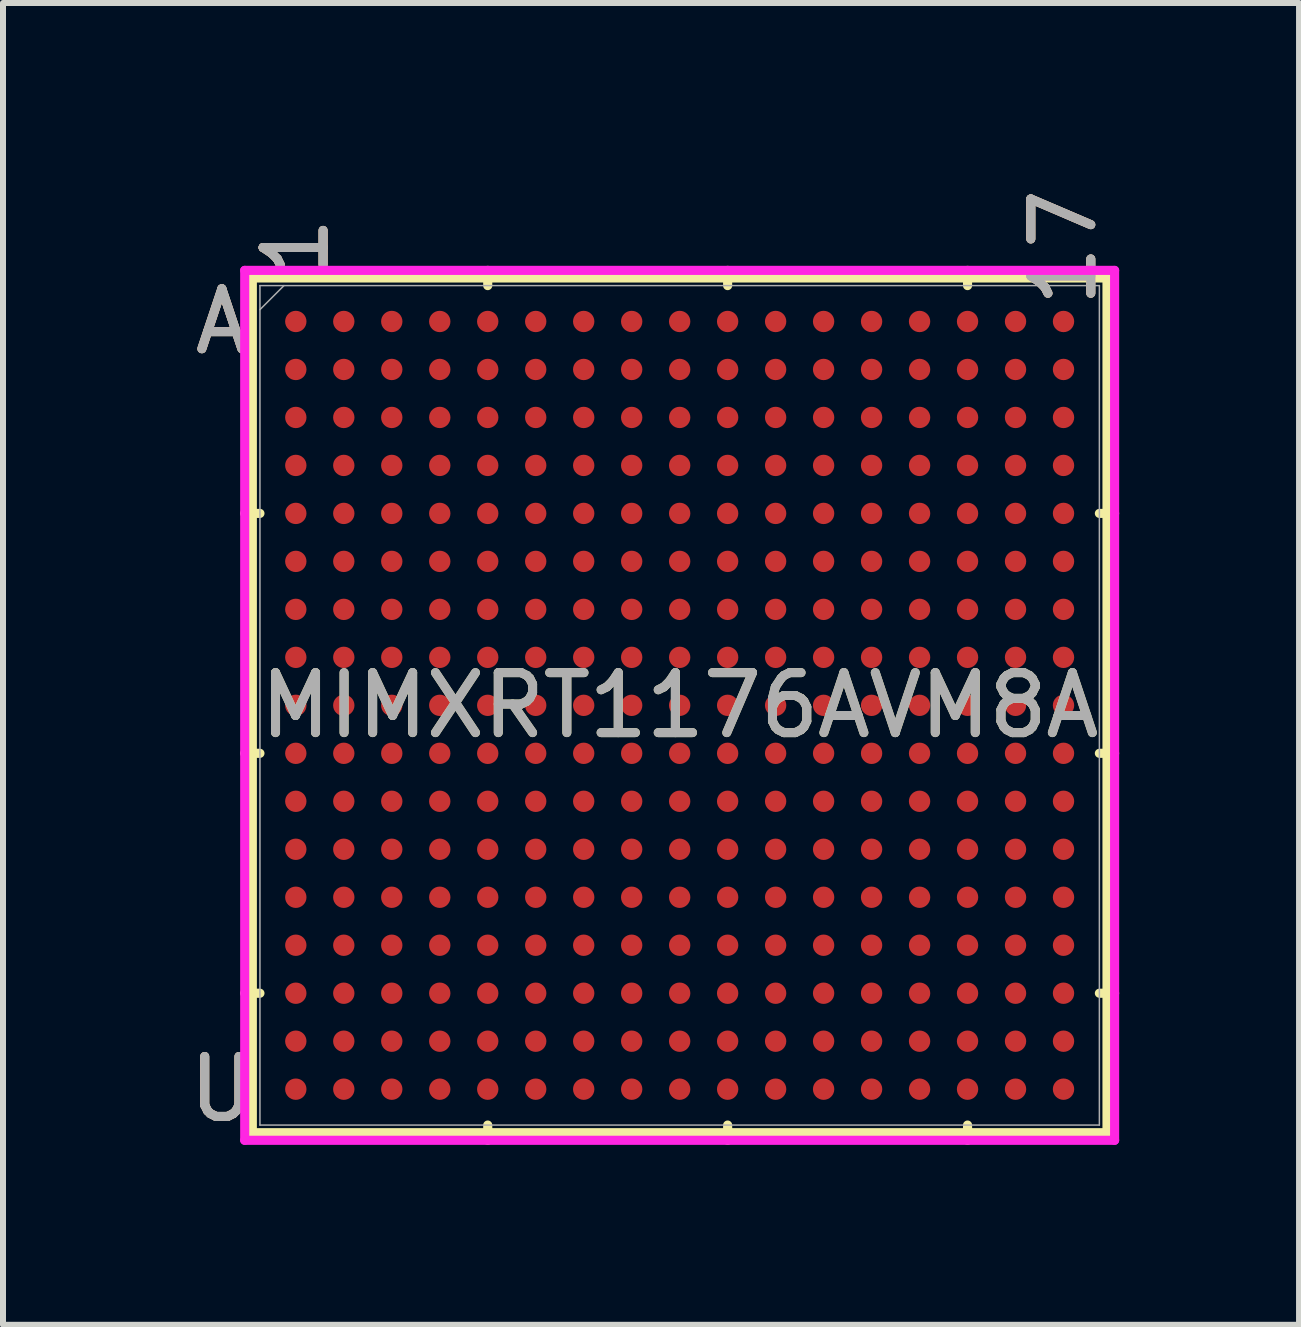
<source format=kicad_pcb>
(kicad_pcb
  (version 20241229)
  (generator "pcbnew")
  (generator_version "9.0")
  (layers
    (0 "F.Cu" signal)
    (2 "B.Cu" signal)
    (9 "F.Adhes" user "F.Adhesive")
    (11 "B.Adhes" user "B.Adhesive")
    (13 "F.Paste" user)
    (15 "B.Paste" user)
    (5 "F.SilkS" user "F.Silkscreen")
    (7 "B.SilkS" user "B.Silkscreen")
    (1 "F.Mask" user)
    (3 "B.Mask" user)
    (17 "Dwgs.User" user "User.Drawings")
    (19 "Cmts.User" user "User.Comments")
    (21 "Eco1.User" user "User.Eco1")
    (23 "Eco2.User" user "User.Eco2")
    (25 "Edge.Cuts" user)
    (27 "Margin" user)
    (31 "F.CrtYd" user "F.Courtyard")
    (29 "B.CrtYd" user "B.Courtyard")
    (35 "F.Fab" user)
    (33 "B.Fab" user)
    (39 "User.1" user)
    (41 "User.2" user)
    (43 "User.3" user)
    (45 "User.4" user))
  (footprint "MIMXRT1176AVM8A"
    (layer "F.Cu")
    (at 8.282 8.71)
    (property "Reference" "MIMXRT1176AVM8A" (at 0 0 0) (unlocked yes) (layer "F.SilkS") (effects (font (size 1 1) (thickness 0.15))))
    (attr smd)
    (fp_line (start -7.125 -7.125) (end -7.125 7.125) (stroke (width 0.152) (type solid)) (layer "F.SilkS"))
    (fp_line (start -7.125 7.125) (end 7.125 7.125) (stroke (width 0.152) (type solid)) (layer "F.SilkS"))
    (fp_line (start -6.998 -3.2) (end -7.252 -3.2) (stroke (width 0.152) (type solid)) (layer "F.SilkS"))
    (fp_line (start -6.998 0.8) (end -7.252 0.8) (stroke (width 0.152) (type solid)) (layer "F.SilkS"))
    (fp_line (start -6.998 4.8) (end -7.252 4.8) (stroke (width 0.152) (type solid)) (layer "F.SilkS"))
    (fp_line (start -3.2 -6.998) (end -3.2 -7.252) (stroke (width 0.152) (type solid)) (layer "F.SilkS"))
    (fp_line (start -3.2 6.998) (end -3.2 7.252) (stroke (width 0.152) (type solid)) (layer "F.SilkS"))
    (fp_line (start 0.8 -6.998) (end 0.8 -7.252) (stroke (width 0.152) (type solid)) (layer "F.SilkS"))
    (fp_line (start 0.8 6.998) (end 0.8 7.252) (stroke (width 0.152) (type solid)) (layer "F.SilkS"))
    (fp_line (start 4.8 -6.998) (end 4.8 -7.252) (stroke (width 0.152) (type solid)) (layer "F.SilkS"))
    (fp_line (start 4.8 6.998) (end 4.8 7.252) (stroke (width 0.152) (type solid)) (layer "F.SilkS"))
    (fp_line (start 6.998 -3.2) (end 7.252 -3.2) (stroke (width 0.152) (type solid)) (layer "F.SilkS"))
    (fp_line (start 6.998 0.8) (end 7.252 0.8) (stroke (width 0.152) (type solid)) (layer "F.SilkS"))
    (fp_line (start 6.998 4.8) (end 7.252 4.8) (stroke (width 0.152) (type solid)) (layer "F.SilkS"))
    (fp_line (start 7.125 -7.125) (end -7.125 -7.125) (stroke (width 0.152) (type solid)) (layer "F.SilkS"))
    (fp_line (start 7.125 7.125) (end 7.125 -7.125) (stroke (width 0.152) (type solid)) (layer "F.SilkS"))
    (fp_poly (pts (xy -7.245 -7.245) (xy 7.245 -7.245) (xy 7.245 7.245) (xy -7.245 7.245)) (stroke (width 0.1) (type solid)) (fill no) (layer "Eco2.User"))
    (fp_line (start -7.252 -7.252) (end 7.252 -7.252) (stroke (width 0.152) (type solid)) (layer "F.CrtYd"))
    (fp_line (start -7.252 7.252) (end -7.252 -7.252) (stroke (width 0.152) (type solid)) (layer "F.CrtYd"))
    (fp_line (start 7.252 -7.252) (end 7.252 7.252) (stroke (width 0.152) (type solid)) (layer "F.CrtYd"))
    (fp_line (start 7.252 7.252) (end -7.252 7.252) (stroke (width 0.152) (type solid)) (layer "F.CrtYd"))
    (fp_line (start -6.998 -6.998) (end -6.998 6.998) (stroke (width 0.025) (type solid)) (layer "F.Fab"))
    (fp_line (start -6.998 6.998) (end 6.998 6.998) (stroke (width 0.025) (type solid)) (layer "F.Fab"))
    (fp_line (start -6.598 -6.998) (end -6.998 -6.598) (stroke (width 0.025) (type solid)) (layer "F.Fab"))
    (fp_line (start 6.998 -6.998) (end -6.998 -6.998) (stroke (width 0.025) (type solid)) (layer "F.Fab"))
    (fp_line (start 6.998 6.998) (end 6.998 -6.998) (stroke (width 0.025) (type solid)) (layer "F.Fab"))
    (fp_text user "U" (at -7.633 6.4 0) (unlocked yes) (layer "F.SilkS") (effects (font (size 1 1) (thickness 0.15))))
    (fp_text user "17" (at 6.4 -7.633 90) (unlocked yes) (layer "F.SilkS") (effects (font (size 1 1) (thickness 0.15))))
    (fp_text user "A" (at -7.633 -6.4 0) (unlocked yes) (layer "F.SilkS") (effects (font (size 1 1) (thickness 0.15))))
    (fp_text user "1" (at -6.4 -7.633 90) (unlocked yes) (layer "F.SilkS") (effects (font (size 1 1) (thickness 0.15))))
    (fp_text user "U" (at -7.633 6.4 0) (unlocked yes) (layer "B.SilkS") (effects (font (size 1 1) (thickness 0.15))))
    (fp_text user "17" (at 6.4 -7.633 90) (unlocked yes) (layer "B.SilkS") (effects (font (size 1 1) (thickness 0.15))))
    (fp_text user "1" (at -6.4 -7.633 90) (unlocked yes) (layer "B.SilkS") (effects (font (size 1 1) (thickness 0.15))))
    (fp_text user "A" (at -7.633 -6.4 0) (unlocked yes) (layer "B.SilkS") (effects (font (size 1 1) (thickness 0.15))))
    (fp_text user "17" (at 6.4 -7.633 90) (unlocked yes) (layer "F.Fab") (effects (font (size 1 1) (thickness 0.15))))
    (fp_text user "A" (at -7.633 -6.4 0) (unlocked yes) (layer "F.Fab") (effects (font (size 1 1) (thickness 0.15))))
    (fp_text user "U" (at -7.633 6.4 0) (unlocked yes) (layer "F.Fab") (effects (font (size 1 1) (thickness 0.15))))
    (fp_text user "1" (at -6.4 -7.633 90) (unlocked yes) (layer "F.Fab") (effects (font (size 1 1) (thickness 0.15))))
    (fp_text user "${REFERENCE}" (at 0 0 0) (unlocked yes) (layer "F.Fab") (effects (font (size 1 1) (thickness 0.15))))
    (pad "A1" smd circle (at -6.4 -6.4) (size 0.356 0.356) (layers "F.Cu" "F.Mask" "F.Paste"))
    (pad "A2" smd circle (at -5.6 -6.4) (size 0.356 0.356) (layers "F.Cu" "F.Mask" "F.Paste"))
    (pad "A3" smd circle (at -4.8 -6.4) (size 0.356 0.356) (layers "F.Cu" "F.Mask" "F.Paste"))
    (pad "A4" smd circle (at -4 -6.4) (size 0.356 0.356) (layers "F.Cu" "F.Mask" "F.Paste"))
    (pad "A5" smd circle (at -3.2 -6.4) (size 0.356 0.356) (layers "F.Cu" "F.Mask" "F.Paste"))
    (pad "A6" smd circle (at -2.4 -6.4) (size 0.356 0.356) (layers "F.Cu" "F.Mask" "F.Paste"))
    (pad "A7" smd circle (at -1.6 -6.4) (size 0.356 0.356) (layers "F.Cu" "F.Mask" "F.Paste"))
    (pad "A8" smd circle (at -0.8 -6.4) (size 0.356 0.356) (layers "F.Cu" "F.Mask" "F.Paste"))
    (pad "A9" smd circle (at 0 -6.4) (size 0.356 0.356) (layers "F.Cu" "F.Mask" "F.Paste"))
    (pad "A10" smd circle (at 0.8 -6.4) (size 0.356 0.356) (layers "F.Cu" "F.Mask" "F.Paste"))
    (pad "A11" smd circle (at 1.6 -6.4) (size 0.356 0.356) (layers "F.Cu" "F.Mask" "F.Paste"))
    (pad "A12" smd circle (at 2.4 -6.4) (size 0.356 0.356) (layers "F.Cu" "F.Mask" "F.Paste"))
    (pad "A13" smd circle (at 3.2 -6.4) (size 0.356 0.356) (layers "F.Cu" "F.Mask" "F.Paste"))
    (pad "A14" smd circle (at 4 -6.4) (size 0.356 0.356) (layers "F.Cu" "F.Mask" "F.Paste"))
    (pad "A15" smd circle (at 4.8 -6.4) (size 0.356 0.356) (layers "F.Cu" "F.Mask" "F.Paste"))
    (pad "A16" smd circle (at 5.6 -6.4) (size 0.356 0.356) (layers "F.Cu" "F.Mask" "F.Paste"))
    (pad "A17" smd circle (at 6.4 -6.4) (size 0.356 0.356) (layers "F.Cu" "F.Mask" "F.Paste"))
    (pad "B1" smd circle (at -6.4 -5.6) (size 0.356 0.356) (layers "F.Cu" "F.Mask" "F.Paste"))
    (pad "B2" smd circle (at -5.6 -5.6) (size 0.356 0.356) (layers "F.Cu" "F.Mask" "F.Paste"))
    (pad "B3" smd circle (at -4.8 -5.6) (size 0.356 0.356) (layers "F.Cu" "F.Mask" "F.Paste"))
    (pad "B4" smd circle (at -4 -5.6) (size 0.356 0.356) (layers "F.Cu" "F.Mask" "F.Paste"))
    (pad "B5" smd circle (at -3.2 -5.6) (size 0.356 0.356) (layers "F.Cu" "F.Mask" "F.Paste"))
    (pad "B6" smd circle (at -2.4 -5.6) (size 0.356 0.356) (layers "F.Cu" "F.Mask" "F.Paste"))
    (pad "B7" smd circle (at -1.6 -5.6) (size 0.356 0.356) (layers "F.Cu" "F.Mask" "F.Paste"))
    (pad "B8" smd circle (at -0.8 -5.6) (size 0.356 0.356) (layers "F.Cu" "F.Mask" "F.Paste"))
    (pad "B9" smd circle (at 0 -5.6) (size 0.356 0.356) (layers "F.Cu" "F.Mask" "F.Paste"))
    (pad "B10" smd circle (at 0.8 -5.6) (size 0.356 0.356) (layers "F.Cu" "F.Mask" "F.Paste"))
    (pad "B11" smd circle (at 1.6 -5.6) (size 0.356 0.356) (layers "F.Cu" "F.Mask" "F.Paste"))
    (pad "B12" smd circle (at 2.4 -5.6) (size 0.356 0.356) (layers "F.Cu" "F.Mask" "F.Paste"))
    (pad "B13" smd circle (at 3.2 -5.6) (size 0.356 0.356) (layers "F.Cu" "F.Mask" "F.Paste"))
    (pad "B14" smd circle (at 4 -5.6) (size 0.356 0.356) (layers "F.Cu" "F.Mask" "F.Paste"))
    (pad "B15" smd circle (at 4.8 -5.6) (size 0.356 0.356) (layers "F.Cu" "F.Mask" "F.Paste"))
    (pad "B16" smd circle (at 5.6 -5.6) (size 0.356 0.356) (layers "F.Cu" "F.Mask" "F.Paste"))
    (pad "B17" smd circle (at 6.4 -5.6) (size 0.356 0.356) (layers "F.Cu" "F.Mask" "F.Paste"))
    (pad "C1" smd circle (at -6.4 -4.8) (size 0.356 0.356) (layers "F.Cu" "F.Mask" "F.Paste"))
    (pad "C2" smd circle (at -5.6 -4.8) (size 0.356 0.356) (layers "F.Cu" "F.Mask" "F.Paste"))
    (pad "C3" smd circle (at -4.8 -4.8) (size 0.356 0.356) (layers "F.Cu" "F.Mask" "F.Paste"))
    (pad "C4" smd circle (at -4 -4.8) (size 0.356 0.356) (layers "F.Cu" "F.Mask" "F.Paste"))
    (pad "C5" smd circle (at -3.2 -4.8) (size 0.356 0.356) (layers "F.Cu" "F.Mask" "F.Paste"))
    (pad "C6" smd circle (at -2.4 -4.8) (size 0.356 0.356) (layers "F.Cu" "F.Mask" "F.Paste"))
    (pad "C7" smd circle (at -1.6 -4.8) (size 0.356 0.356) (layers "F.Cu" "F.Mask" "F.Paste"))
    (pad "C8" smd circle (at -0.8 -4.8) (size 0.356 0.356) (layers "F.Cu" "F.Mask" "F.Paste"))
    (pad "C9" smd circle (at 0 -4.8) (size 0.356 0.356) (layers "F.Cu" "F.Mask" "F.Paste"))
    (pad "C10" smd circle (at 0.8 -4.8) (size 0.356 0.356) (layers "F.Cu" "F.Mask" "F.Paste"))
    (pad "C11" smd circle (at 1.6 -4.8) (size 0.356 0.356) (layers "F.Cu" "F.Mask" "F.Paste"))
    (pad "C12" smd circle (at 2.4 -4.8) (size 0.356 0.356) (layers "F.Cu" "F.Mask" "F.Paste"))
    (pad "C13" smd circle (at 3.2 -4.8) (size 0.356 0.356) (layers "F.Cu" "F.Mask" "F.Paste"))
    (pad "C14" smd circle (at 4 -4.8) (size 0.356 0.356) (layers "F.Cu" "F.Mask" "F.Paste"))
    (pad "C15" smd circle (at 4.8 -4.8) (size 0.356 0.356) (layers "F.Cu" "F.Mask" "F.Paste"))
    (pad "C16" smd circle (at 5.6 -4.8) (size 0.356 0.356) (layers "F.Cu" "F.Mask" "F.Paste"))
    (pad "C17" smd circle (at 6.4 -4.8) (size 0.356 0.356) (layers "F.Cu" "F.Mask" "F.Paste"))
    (pad "D1" smd circle (at -6.4 -4) (size 0.356 0.356) (layers "F.Cu" "F.Mask" "F.Paste"))
    (pad "D2" smd circle (at -5.6 -4) (size 0.356 0.356) (layers "F.Cu" "F.Mask" "F.Paste"))
    (pad "D3" smd circle (at -4.8 -4) (size 0.356 0.356) (layers "F.Cu" "F.Mask" "F.Paste"))
    (pad "D4" smd circle (at -4 -4) (size 0.356 0.356) (layers "F.Cu" "F.Mask" "F.Paste"))
    (pad "D5" smd circle (at -3.2 -4) (size 0.356 0.356) (layers "F.Cu" "F.Mask" "F.Paste"))
    (pad "D6" smd circle (at -2.4 -4) (size 0.356 0.356) (layers "F.Cu" "F.Mask" "F.Paste"))
    (pad "D7" smd circle (at -1.6 -4) (size 0.356 0.356) (layers "F.Cu" "F.Mask" "F.Paste"))
    (pad "D8" smd circle (at -0.8 -4) (size 0.356 0.356) (layers "F.Cu" "F.Mask" "F.Paste"))
    (pad "D9" smd circle (at 0 -4) (size 0.356 0.356) (layers "F.Cu" "F.Mask" "F.Paste"))
    (pad "D10" smd circle (at 0.8 -4) (size 0.356 0.356) (layers "F.Cu" "F.Mask" "F.Paste"))
    (pad "D11" smd circle (at 1.6 -4) (size 0.356 0.356) (layers "F.Cu" "F.Mask" "F.Paste"))
    (pad "D12" smd circle (at 2.4 -4) (size 0.356 0.356) (layers "F.Cu" "F.Mask" "F.Paste"))
    (pad "D13" smd circle (at 3.2 -4) (size 0.356 0.356) (layers "F.Cu" "F.Mask" "F.Paste"))
    (pad "D14" smd circle (at 4 -4) (size 0.356 0.356) (layers "F.Cu" "F.Mask" "F.Paste"))
    (pad "D15" smd circle (at 4.8 -4) (size 0.356 0.356) (layers "F.Cu" "F.Mask" "F.Paste"))
    (pad "D16" smd circle (at 5.6 -4) (size 0.356 0.356) (layers "F.Cu" "F.Mask" "F.Paste"))
    (pad "D17" smd circle (at 6.4 -4) (size 0.356 0.356) (layers "F.Cu" "F.Mask" "F.Paste"))
    (pad "E1" smd circle (at -6.4 -3.2) (size 0.356 0.356) (layers "F.Cu" "F.Mask" "F.Paste"))
    (pad "E2" smd circle (at -5.6 -3.2) (size 0.356 0.356) (layers "F.Cu" "F.Mask" "F.Paste"))
    (pad "E3" smd circle (at -4.8 -3.2) (size 0.356 0.356) (layers "F.Cu" "F.Mask" "F.Paste"))
    (pad "E4" smd circle (at -4 -3.2) (size 0.356 0.356) (layers "F.Cu" "F.Mask" "F.Paste"))
    (pad "E5" smd circle (at -3.2 -3.2) (size 0.356 0.356) (layers "F.Cu" "F.Mask" "F.Paste"))
    (pad "E6" smd circle (at -2.4 -3.2) (size 0.356 0.356) (layers "F.Cu" "F.Mask" "F.Paste"))
    (pad "E7" smd circle (at -1.6 -3.2) (size 0.356 0.356) (layers "F.Cu" "F.Mask" "F.Paste"))
    (pad "E8" smd circle (at -0.8 -3.2) (size 0.356 0.356) (layers "F.Cu" "F.Mask" "F.Paste"))
    (pad "E9" smd circle (at 0 -3.2) (size 0.356 0.356) (layers "F.Cu" "F.Mask" "F.Paste"))
    (pad "E10" smd circle (at 0.8 -3.2) (size 0.356 0.356) (layers "F.Cu" "F.Mask" "F.Paste"))
    (pad "E11" smd circle (at 1.6 -3.2) (size 0.356 0.356) (layers "F.Cu" "F.Mask" "F.Paste"))
    (pad "E12" smd circle (at 2.4 -3.2) (size 0.356 0.356) (layers "F.Cu" "F.Mask" "F.Paste"))
    (pad "E13" smd circle (at 3.2 -3.2) (size 0.356 0.356) (layers "F.Cu" "F.Mask" "F.Paste"))
    (pad "E14" smd circle (at 4 -3.2) (size 0.356 0.356) (layers "F.Cu" "F.Mask" "F.Paste"))
    (pad "E15" smd circle (at 4.8 -3.2) (size 0.356 0.356) (layers "F.Cu" "F.Mask" "F.Paste"))
    (pad "E16" smd circle (at 5.6 -3.2) (size 0.356 0.356) (layers "F.Cu" "F.Mask" "F.Paste"))
    (pad "E17" smd circle (at 6.4 -3.2) (size 0.356 0.356) (layers "F.Cu" "F.Mask" "F.Paste"))
    (pad "F1" smd circle (at -6.4 -2.4) (size 0.356 0.356) (layers "F.Cu" "F.Mask" "F.Paste"))
    (pad "F2" smd circle (at -5.6 -2.4) (size 0.356 0.356) (layers "F.Cu" "F.Mask" "F.Paste"))
    (pad "F3" smd circle (at -4.8 -2.4) (size 0.356 0.356) (layers "F.Cu" "F.Mask" "F.Paste"))
    (pad "F4" smd circle (at -4 -2.4) (size 0.356 0.356) (layers "F.Cu" "F.Mask" "F.Paste"))
    (pad "F5" smd circle (at -3.2 -2.4) (size 0.356 0.356) (layers "F.Cu" "F.Mask" "F.Paste"))
    (pad "F6" smd circle (at -2.4 -2.4) (size 0.356 0.356) (layers "F.Cu" "F.Mask" "F.Paste"))
    (pad "F7" smd circle (at -1.6 -2.4) (size 0.356 0.356) (layers "F.Cu" "F.Mask" "F.Paste"))
    (pad "F8" smd circle (at -0.8 -2.4) (size 0.356 0.356) (layers "F.Cu" "F.Mask" "F.Paste"))
    (pad "F9" smd circle (at 0 -2.4) (size 0.356 0.356) (layers "F.Cu" "F.Mask" "F.Paste"))
    (pad "F10" smd circle (at 0.8 -2.4) (size 0.356 0.356) (layers "F.Cu" "F.Mask" "F.Paste"))
    (pad "F11" smd circle (at 1.6 -2.4) (size 0.356 0.356) (layers "F.Cu" "F.Mask" "F.Paste"))
    (pad "F12" smd circle (at 2.4 -2.4) (size 0.356 0.356) (layers "F.Cu" "F.Mask" "F.Paste"))
    (pad "F13" smd circle (at 3.2 -2.4) (size 0.356 0.356) (layers "F.Cu" "F.Mask" "F.Paste"))
    (pad "F14" smd circle (at 4 -2.4) (size 0.356 0.356) (layers "F.Cu" "F.Mask" "F.Paste"))
    (pad "F15" smd circle (at 4.8 -2.4) (size 0.356 0.356) (layers "F.Cu" "F.Mask" "F.Paste"))
    (pad "F16" smd circle (at 5.6 -2.4) (size 0.356 0.356) (layers "F.Cu" "F.Mask" "F.Paste"))
    (pad "F17" smd circle (at 6.4 -2.4) (size 0.356 0.356) (layers "F.Cu" "F.Mask" "F.Paste"))
    (pad "G1" smd circle (at -6.4 -1.6) (size 0.356 0.356) (layers "F.Cu" "F.Mask" "F.Paste"))
    (pad "G2" smd circle (at -5.6 -1.6) (size 0.356 0.356) (layers "F.Cu" "F.Mask" "F.Paste"))
    (pad "G3" smd circle (at -4.8 -1.6) (size 0.356 0.356) (layers "F.Cu" "F.Mask" "F.Paste"))
    (pad "G4" smd circle (at -4 -1.6) (size 0.356 0.356) (layers "F.Cu" "F.Mask" "F.Paste"))
    (pad "G5" smd circle (at -3.2 -1.6) (size 0.356 0.356) (layers "F.Cu" "F.Mask" "F.Paste"))
    (pad "G6" smd circle (at -2.4 -1.6) (size 0.356 0.356) (layers "F.Cu" "F.Mask" "F.Paste"))
    (pad "G7" smd circle (at -1.6 -1.6) (size 0.356 0.356) (layers "F.Cu" "F.Mask" "F.Paste"))
    (pad "G8" smd circle (at -0.8 -1.6) (size 0.356 0.356) (layers "F.Cu" "F.Mask" "F.Paste"))
    (pad "G9" smd circle (at 0 -1.6) (size 0.356 0.356) (layers "F.Cu" "F.Mask" "F.Paste"))
    (pad "G10" smd circle (at 0.8 -1.6) (size 0.356 0.356) (layers "F.Cu" "F.Mask" "F.Paste"))
    (pad "G11" smd circle (at 1.6 -1.6) (size 0.356 0.356) (layers "F.Cu" "F.Mask" "F.Paste"))
    (pad "G12" smd circle (at 2.4 -1.6) (size 0.356 0.356) (layers "F.Cu" "F.Mask" "F.Paste"))
    (pad "G13" smd circle (at 3.2 -1.6) (size 0.356 0.356) (layers "F.Cu" "F.Mask" "F.Paste"))
    (pad "G14" smd circle (at 4 -1.6) (size 0.356 0.356) (layers "F.Cu" "F.Mask" "F.Paste"))
    (pad "G15" smd circle (at 4.8 -1.6) (size 0.356 0.356) (layers "F.Cu" "F.Mask" "F.Paste"))
    (pad "G16" smd circle (at 5.6 -1.6) (size 0.356 0.356) (layers "F.Cu" "F.Mask" "F.Paste"))
    (pad "G17" smd circle (at 6.4 -1.6) (size 0.356 0.356) (layers "F.Cu" "F.Mask" "F.Paste"))
    (pad "H1" smd circle (at -6.4 -0.8) (size 0.356 0.356) (layers "F.Cu" "F.Mask" "F.Paste"))
    (pad "H2" smd circle (at -5.6 -0.8) (size 0.356 0.356) (layers "F.Cu" "F.Mask" "F.Paste"))
    (pad "H3" smd circle (at -4.8 -0.8) (size 0.356 0.356) (layers "F.Cu" "F.Mask" "F.Paste"))
    (pad "H4" smd circle (at -4 -0.8) (size 0.356 0.356) (layers "F.Cu" "F.Mask" "F.Paste"))
    (pad "H5" smd circle (at -3.2 -0.8) (size 0.356 0.356) (layers "F.Cu" "F.Mask" "F.Paste"))
    (pad "H6" smd circle (at -2.4 -0.8) (size 0.356 0.356) (layers "F.Cu" "F.Mask" "F.Paste"))
    (pad "H7" smd circle (at -1.6 -0.8) (size 0.356 0.356) (layers "F.Cu" "F.Mask" "F.Paste"))
    (pad "H8" smd circle (at -0.8 -0.8) (size 0.356 0.356) (layers "F.Cu" "F.Mask" "F.Paste"))
    (pad "H9" smd circle (at 0 -0.8) (size 0.356 0.356) (layers "F.Cu" "F.Mask" "F.Paste"))
    (pad "H10" smd circle (at 0.8 -0.8) (size 0.356 0.356) (layers "F.Cu" "F.Mask" "F.Paste"))
    (pad "H11" smd circle (at 1.6 -0.8) (size 0.356 0.356) (layers "F.Cu" "F.Mask" "F.Paste"))
    (pad "H12" smd circle (at 2.4 -0.8) (size 0.356 0.356) (layers "F.Cu" "F.Mask" "F.Paste"))
    (pad "H13" smd circle (at 3.2 -0.8) (size 0.356 0.356) (layers "F.Cu" "F.Mask" "F.Paste"))
    (pad "H14" smd circle (at 4 -0.8) (size 0.356 0.356) (layers "F.Cu" "F.Mask" "F.Paste"))
    (pad "H15" smd circle (at 4.8 -0.8) (size 0.356 0.356) (layers "F.Cu" "F.Mask" "F.Paste"))
    (pad "H16" smd circle (at 5.6 -0.8) (size 0.356 0.356) (layers "F.Cu" "F.Mask" "F.Paste"))
    (pad "H17" smd circle (at 6.4 -0.8) (size 0.356 0.356) (layers "F.Cu" "F.Mask" "F.Paste"))
    (pad "J1" smd circle (at -6.4 0) (size 0.356 0.356) (layers "F.Cu" "F.Mask" "F.Paste"))
    (pad "J2" smd circle (at -5.6 0) (size 0.356 0.356) (layers "F.Cu" "F.Mask" "F.Paste"))
    (pad "J3" smd circle (at -4.8 0) (size 0.356 0.356) (layers "F.Cu" "F.Mask" "F.Paste"))
    (pad "J4" smd circle (at -4 0) (size 0.356 0.356) (layers "F.Cu" "F.Mask" "F.Paste"))
    (pad "J5" smd circle (at -3.2 0) (size 0.356 0.356) (layers "F.Cu" "F.Mask" "F.Paste"))
    (pad "J6" smd circle (at -2.4 0) (size 0.356 0.356) (layers "F.Cu" "F.Mask" "F.Paste"))
    (pad "J7" smd circle (at -1.6 0) (size 0.356 0.356) (layers "F.Cu" "F.Mask" "F.Paste"))
    (pad "J8" smd circle (at -0.8 0) (size 0.356 0.356) (layers "F.Cu" "F.Mask" "F.Paste"))
    (pad "J9" smd circle (at 0 0) (size 0.356 0.356) (layers "F.Cu" "F.Mask" "F.Paste"))
    (pad "J10" smd circle (at 0.8 0) (size 0.356 0.356) (layers "F.Cu" "F.Mask" "F.Paste"))
    (pad "J11" smd circle (at 1.6 0) (size 0.356 0.356) (layers "F.Cu" "F.Mask" "F.Paste"))
    (pad "J12" smd circle (at 2.4 0) (size 0.356 0.356) (layers "F.Cu" "F.Mask" "F.Paste"))
    (pad "J13" smd circle (at 3.2 0) (size 0.356 0.356) (layers "F.Cu" "F.Mask" "F.Paste"))
    (pad "J14" smd circle (at 4 0) (size 0.356 0.356) (layers "F.Cu" "F.Mask" "F.Paste"))
    (pad "J15" smd circle (at 4.8 0) (size 0.356 0.356) (layers "F.Cu" "F.Mask" "F.Paste"))
    (pad "J16" smd circle (at 5.6 0) (size 0.356 0.356) (layers "F.Cu" "F.Mask" "F.Paste"))
    (pad "J17" smd circle (at 6.4 0) (size 0.356 0.356) (layers "F.Cu" "F.Mask" "F.Paste"))
    (pad "K1" smd circle (at -6.4 0.8) (size 0.356 0.356) (layers "F.Cu" "F.Mask" "F.Paste"))
    (pad "K2" smd circle (at -5.6 0.8) (size 0.356 0.356) (layers "F.Cu" "F.Mask" "F.Paste"))
    (pad "K3" smd circle (at -4.8 0.8) (size 0.356 0.356) (layers "F.Cu" "F.Mask" "F.Paste"))
    (pad "K4" smd circle (at -4 0.8) (size 0.356 0.356) (layers "F.Cu" "F.Mask" "F.Paste"))
    (pad "K5" smd circle (at -3.2 0.8) (size 0.356 0.356) (layers "F.Cu" "F.Mask" "F.Paste"))
    (pad "K6" smd circle (at -2.4 0.8) (size 0.356 0.356) (layers "F.Cu" "F.Mask" "F.Paste"))
    (pad "K7" smd circle (at -1.6 0.8) (size 0.356 0.356) (layers "F.Cu" "F.Mask" "F.Paste"))
    (pad "K8" smd circle (at -0.8 0.8) (size 0.356 0.356) (layers "F.Cu" "F.Mask" "F.Paste"))
    (pad "K9" smd circle (at 0 0.8) (size 0.356 0.356) (layers "F.Cu" "F.Mask" "F.Paste"))
    (pad "K10" smd circle (at 0.8 0.8) (size 0.356 0.356) (layers "F.Cu" "F.Mask" "F.Paste"))
    (pad "K11" smd circle (at 1.6 0.8) (size 0.356 0.356) (layers "F.Cu" "F.Mask" "F.Paste"))
    (pad "K12" smd circle (at 2.4 0.8) (size 0.356 0.356) (layers "F.Cu" "F.Mask" "F.Paste"))
    (pad "K13" smd circle (at 3.2 0.8) (size 0.356 0.356) (layers "F.Cu" "F.Mask" "F.Paste"))
    (pad "K14" smd circle (at 4 0.8) (size 0.356 0.356) (layers "F.Cu" "F.Mask" "F.Paste"))
    (pad "K15" smd circle (at 4.8 0.8) (size 0.356 0.356) (layers "F.Cu" "F.Mask" "F.Paste"))
    (pad "K16" smd circle (at 5.6 0.8) (size 0.356 0.356) (layers "F.Cu" "F.Mask" "F.Paste"))
    (pad "K17" smd circle (at 6.4 0.8) (size 0.356 0.356) (layers "F.Cu" "F.Mask" "F.Paste"))
    (pad "L1" smd circle (at -6.4 1.6) (size 0.356 0.356) (layers "F.Cu" "F.Mask" "F.Paste"))
    (pad "L2" smd circle (at -5.6 1.6) (size 0.356 0.356) (layers "F.Cu" "F.Mask" "F.Paste"))
    (pad "L3" smd circle (at -4.8 1.6) (size 0.356 0.356) (layers "F.Cu" "F.Mask" "F.Paste"))
    (pad "L4" smd circle (at -4 1.6) (size 0.356 0.356) (layers "F.Cu" "F.Mask" "F.Paste"))
    (pad "L5" smd circle (at -3.2 1.6) (size 0.356 0.356) (layers "F.Cu" "F.Mask" "F.Paste"))
    (pad "L6" smd circle (at -2.4 1.6) (size 0.356 0.356) (layers "F.Cu" "F.Mask" "F.Paste"))
    (pad "L7" smd circle (at -1.6 1.6) (size 0.356 0.356) (layers "F.Cu" "F.Mask" "F.Paste"))
    (pad "L8" smd circle (at -0.8 1.6) (size 0.356 0.356) (layers "F.Cu" "F.Mask" "F.Paste"))
    (pad "L9" smd circle (at 0 1.6) (size 0.356 0.356) (layers "F.Cu" "F.Mask" "F.Paste"))
    (pad "L10" smd circle (at 0.8 1.6) (size 0.356 0.356) (layers "F.Cu" "F.Mask" "F.Paste"))
    (pad "L11" smd circle (at 1.6 1.6) (size 0.356 0.356) (layers "F.Cu" "F.Mask" "F.Paste"))
    (pad "L12" smd circle (at 2.4 1.6) (size 0.356 0.356) (layers "F.Cu" "F.Mask" "F.Paste"))
    (pad "L13" smd circle (at 3.2 1.6) (size 0.356 0.356) (layers "F.Cu" "F.Mask" "F.Paste"))
    (pad "L14" smd circle (at 4 1.6) (size 0.356 0.356) (layers "F.Cu" "F.Mask" "F.Paste"))
    (pad "L15" smd circle (at 4.8 1.6) (size 0.356 0.356) (layers "F.Cu" "F.Mask" "F.Paste"))
    (pad "L16" smd circle (at 5.6 1.6) (size 0.356 0.356) (layers "F.Cu" "F.Mask" "F.Paste"))
    (pad "L17" smd circle (at 6.4 1.6) (size 0.356 0.356) (layers "F.Cu" "F.Mask" "F.Paste"))
    (pad "M1" smd circle (at -6.4 2.4) (size 0.356 0.356) (layers "F.Cu" "F.Mask" "F.Paste"))
    (pad "M2" smd circle (at -5.6 2.4) (size 0.356 0.356) (layers "F.Cu" "F.Mask" "F.Paste"))
    (pad "M3" smd circle (at -4.8 2.4) (size 0.356 0.356) (layers "F.Cu" "F.Mask" "F.Paste"))
    (pad "M4" smd circle (at -4 2.4) (size 0.356 0.356) (layers "F.Cu" "F.Mask" "F.Paste"))
    (pad "M5" smd circle (at -3.2 2.4) (size 0.356 0.356) (layers "F.Cu" "F.Mask" "F.Paste"))
    (pad "M6" smd circle (at -2.4 2.4) (size 0.356 0.356) (layers "F.Cu" "F.Mask" "F.Paste"))
    (pad "M7" smd circle (at -1.6 2.4) (size 0.356 0.356) (layers "F.Cu" "F.Mask" "F.Paste"))
    (pad "M8" smd circle (at -0.8 2.4) (size 0.356 0.356) (layers "F.Cu" "F.Mask" "F.Paste"))
    (pad "M9" smd circle (at 0 2.4) (size 0.356 0.356) (layers "F.Cu" "F.Mask" "F.Paste"))
    (pad "M10" smd circle (at 0.8 2.4) (size 0.356 0.356) (layers "F.Cu" "F.Mask" "F.Paste"))
    (pad "M11" smd circle (at 1.6 2.4) (size 0.356 0.356) (layers "F.Cu" "F.Mask" "F.Paste"))
    (pad "M12" smd circle (at 2.4 2.4) (size 0.356 0.356) (layers "F.Cu" "F.Mask" "F.Paste"))
    (pad "M13" smd circle (at 3.2 2.4) (size 0.356 0.356) (layers "F.Cu" "F.Mask" "F.Paste"))
    (pad "M14" smd circle (at 4 2.4) (size 0.356 0.356) (layers "F.Cu" "F.Mask" "F.Paste"))
    (pad "M15" smd circle (at 4.8 2.4) (size 0.356 0.356) (layers "F.Cu" "F.Mask" "F.Paste"))
    (pad "M16" smd circle (at 5.6 2.4) (size 0.356 0.356) (layers "F.Cu" "F.Mask" "F.Paste"))
    (pad "M17" smd circle (at 6.4 2.4) (size 0.356 0.356) (layers "F.Cu" "F.Mask" "F.Paste"))
    (pad "N1" smd circle (at -6.4 3.2) (size 0.356 0.356) (layers "F.Cu" "F.Mask" "F.Paste"))
    (pad "N2" smd circle (at -5.6 3.2) (size 0.356 0.356) (layers "F.Cu" "F.Mask" "F.Paste"))
    (pad "N3" smd circle (at -4.8 3.2) (size 0.356 0.356) (layers "F.Cu" "F.Mask" "F.Paste"))
    (pad "N4" smd circle (at -4 3.2) (size 0.356 0.356) (layers "F.Cu" "F.Mask" "F.Paste"))
    (pad "N5" smd circle (at -3.2 3.2) (size 0.356 0.356) (layers "F.Cu" "F.Mask" "F.Paste"))
    (pad "N6" smd circle (at -2.4 3.2) (size 0.356 0.356) (layers "F.Cu" "F.Mask" "F.Paste"))
    (pad "N7" smd circle (at -1.6 3.2) (size 0.356 0.356) (layers "F.Cu" "F.Mask" "F.Paste"))
    (pad "N8" smd circle (at -0.8 3.2) (size 0.356 0.356) (layers "F.Cu" "F.Mask" "F.Paste"))
    (pad "N9" smd circle (at 0 3.2) (size 0.356 0.356) (layers "F.Cu" "F.Mask" "F.Paste"))
    (pad "N10" smd circle (at 0.8 3.2) (size 0.356 0.356) (layers "F.Cu" "F.Mask" "F.Paste"))
    (pad "N11" smd circle (at 1.6 3.2) (size 0.356 0.356) (layers "F.Cu" "F.Mask" "F.Paste"))
    (pad "N12" smd circle (at 2.4 3.2) (size 0.356 0.356) (layers "F.Cu" "F.Mask" "F.Paste"))
    (pad "N13" smd circle (at 3.2 3.2) (size 0.356 0.356) (layers "F.Cu" "F.Mask" "F.Paste"))
    (pad "N14" smd circle (at 4 3.2) (size 0.356 0.356) (layers "F.Cu" "F.Mask" "F.Paste"))
    (pad "N15" smd circle (at 4.8 3.2) (size 0.356 0.356) (layers "F.Cu" "F.Mask" "F.Paste"))
    (pad "N16" smd circle (at 5.6 3.2) (size 0.356 0.356) (layers "F.Cu" "F.Mask" "F.Paste"))
    (pad "N17" smd circle (at 6.4 3.2) (size 0.356 0.356) (layers "F.Cu" "F.Mask" "F.Paste"))
    (pad "P1" smd circle (at -6.4 4) (size 0.356 0.356) (layers "F.Cu" "F.Mask" "F.Paste"))
    (pad "P2" smd circle (at -5.6 4) (size 0.356 0.356) (layers "F.Cu" "F.Mask" "F.Paste"))
    (pad "P3" smd circle (at -4.8 4) (size 0.356 0.356) (layers "F.Cu" "F.Mask" "F.Paste"))
    (pad "P4" smd circle (at -4 4) (size 0.356 0.356) (layers "F.Cu" "F.Mask" "F.Paste"))
    (pad "P5" smd circle (at -3.2 4) (size 0.356 0.356) (layers "F.Cu" "F.Mask" "F.Paste"))
    (pad "P6" smd circle (at -2.4 4) (size 0.356 0.356) (layers "F.Cu" "F.Mask" "F.Paste"))
    (pad "P7" smd circle (at -1.6 4) (size 0.356 0.356) (layers "F.Cu" "F.Mask" "F.Paste"))
    (pad "P8" smd circle (at -0.8 4) (size 0.356 0.356) (layers "F.Cu" "F.Mask" "F.Paste"))
    (pad "P9" smd circle (at 0 4) (size 0.356 0.356) (layers "F.Cu" "F.Mask" "F.Paste"))
    (pad "P10" smd circle (at 0.8 4) (size 0.356 0.356) (layers "F.Cu" "F.Mask" "F.Paste"))
    (pad "P11" smd circle (at 1.6 4) (size 0.356 0.356) (layers "F.Cu" "F.Mask" "F.Paste"))
    (pad "P12" smd circle (at 2.4 4) (size 0.356 0.356) (layers "F.Cu" "F.Mask" "F.Paste"))
    (pad "P13" smd circle (at 3.2 4) (size 0.356 0.356) (layers "F.Cu" "F.Mask" "F.Paste"))
    (pad "P14" smd circle (at 4 4) (size 0.356 0.356) (layers "F.Cu" "F.Mask" "F.Paste"))
    (pad "P15" smd circle (at 4.8 4) (size 0.356 0.356) (layers "F.Cu" "F.Mask" "F.Paste"))
    (pad "P16" smd circle (at 5.6 4) (size 0.356 0.356) (layers "F.Cu" "F.Mask" "F.Paste"))
    (pad "P17" smd circle (at 6.4 4) (size 0.356 0.356) (layers "F.Cu" "F.Mask" "F.Paste"))
    (pad "R1" smd circle (at -6.4 4.8) (size 0.356 0.356) (layers "F.Cu" "F.Mask" "F.Paste"))
    (pad "R2" smd circle (at -5.6 4.8) (size 0.356 0.356) (layers "F.Cu" "F.Mask" "F.Paste"))
    (pad "R3" smd circle (at -4.8 4.8) (size 0.356 0.356) (layers "F.Cu" "F.Mask" "F.Paste"))
    (pad "R4" smd circle (at -4 4.8) (size 0.356 0.356) (layers "F.Cu" "F.Mask" "F.Paste"))
    (pad "R5" smd circle (at -3.2 4.8) (size 0.356 0.356) (layers "F.Cu" "F.Mask" "F.Paste"))
    (pad "R6" smd circle (at -2.4 4.8) (size 0.356 0.356) (layers "F.Cu" "F.Mask" "F.Paste"))
    (pad "R7" smd circle (at -1.6 4.8) (size 0.356 0.356) (layers "F.Cu" "F.Mask" "F.Paste"))
    (pad "R8" smd circle (at -0.8 4.8) (size 0.356 0.356) (layers "F.Cu" "F.Mask" "F.Paste"))
    (pad "R9" smd circle (at 0 4.8) (size 0.356 0.356) (layers "F.Cu" "F.Mask" "F.Paste"))
    (pad "R10" smd circle (at 0.8 4.8) (size 0.356 0.356) (layers "F.Cu" "F.Mask" "F.Paste"))
    (pad "R11" smd circle (at 1.6 4.8) (size 0.356 0.356) (layers "F.Cu" "F.Mask" "F.Paste"))
    (pad "R12" smd circle (at 2.4 4.8) (size 0.356 0.356) (layers "F.Cu" "F.Mask" "F.Paste"))
    (pad "R13" smd circle (at 3.2 4.8) (size 0.356 0.356) (layers "F.Cu" "F.Mask" "F.Paste"))
    (pad "R14" smd circle (at 4 4.8) (size 0.356 0.356) (layers "F.Cu" "F.Mask" "F.Paste"))
    (pad "R15" smd circle (at 4.8 4.8) (size 0.356 0.356) (layers "F.Cu" "F.Mask" "F.Paste"))
    (pad "R16" smd circle (at 5.6 4.8) (size 0.356 0.356) (layers "F.Cu" "F.Mask" "F.Paste"))
    (pad "R17" smd circle (at 6.4 4.8) (size 0.356 0.356) (layers "F.Cu" "F.Mask" "F.Paste"))
    (pad "T1" smd circle (at -6.4 5.6) (size 0.356 0.356) (layers "F.Cu" "F.Mask" "F.Paste"))
    (pad "T2" smd circle (at -5.6 5.6) (size 0.356 0.356) (layers "F.Cu" "F.Mask" "F.Paste"))
    (pad "T3" smd circle (at -4.8 5.6) (size 0.356 0.356) (layers "F.Cu" "F.Mask" "F.Paste"))
    (pad "T4" smd circle (at -4 5.6) (size 0.356 0.356) (layers "F.Cu" "F.Mask" "F.Paste"))
    (pad "T5" smd circle (at -3.2 5.6) (size 0.356 0.356) (layers "F.Cu" "F.Mask" "F.Paste"))
    (pad "T6" smd circle (at -2.4 5.6) (size 0.356 0.356) (layers "F.Cu" "F.Mask" "F.Paste"))
    (pad "T7" smd circle (at -1.6 5.6) (size 0.356 0.356) (layers "F.Cu" "F.Mask" "F.Paste"))
    (pad "T8" smd circle (at -0.8 5.6) (size 0.356 0.356) (layers "F.Cu" "F.Mask" "F.Paste"))
    (pad "T9" smd circle (at 0 5.6) (size 0.356 0.356) (layers "F.Cu" "F.Mask" "F.Paste"))
    (pad "T10" smd circle (at 0.8 5.6) (size 0.356 0.356) (layers "F.Cu" "F.Mask" "F.Paste"))
    (pad "T11" smd circle (at 1.6 5.6) (size 0.356 0.356) (layers "F.Cu" "F.Mask" "F.Paste"))
    (pad "T12" smd circle (at 2.4 5.6) (size 0.356 0.356) (layers "F.Cu" "F.Mask" "F.Paste"))
    (pad "T13" smd circle (at 3.2 5.6) (size 0.356 0.356) (layers "F.Cu" "F.Mask" "F.Paste"))
    (pad "T14" smd circle (at 4 5.6) (size 0.356 0.356) (layers "F.Cu" "F.Mask" "F.Paste"))
    (pad "T15" smd circle (at 4.8 5.6) (size 0.356 0.356) (layers "F.Cu" "F.Mask" "F.Paste"))
    (pad "T16" smd circle (at 5.6 5.6) (size 0.356 0.356) (layers "F.Cu" "F.Mask" "F.Paste"))
    (pad "T17" smd circle (at 6.4 5.6) (size 0.356 0.356) (layers "F.Cu" "F.Mask" "F.Paste"))
    (pad "U1" smd circle (at -6.4 6.4) (size 0.356 0.356) (layers "F.Cu" "F.Mask" "F.Paste"))
    (pad "U2" smd circle (at -5.6 6.4) (size 0.356 0.356) (layers "F.Cu" "F.Mask" "F.Paste"))
    (pad "U3" smd circle (at -4.8 6.4) (size 0.356 0.356) (layers "F.Cu" "F.Mask" "F.Paste"))
    (pad "U4" smd circle (at -4 6.4) (size 0.356 0.356) (layers "F.Cu" "F.Mask" "F.Paste"))
    (pad "U5" smd circle (at -3.2 6.4) (size 0.356 0.356) (layers "F.Cu" "F.Mask" "F.Paste"))
    (pad "U6" smd circle (at -2.4 6.4) (size 0.356 0.356) (layers "F.Cu" "F.Mask" "F.Paste"))
    (pad "U7" smd circle (at -1.6 6.4) (size 0.356 0.356) (layers "F.Cu" "F.Mask" "F.Paste"))
    (pad "U8" smd circle (at -0.8 6.4) (size 0.356 0.356) (layers "F.Cu" "F.Mask" "F.Paste"))
    (pad "U9" smd circle (at 0 6.4) (size 0.356 0.356) (layers "F.Cu" "F.Mask" "F.Paste"))
    (pad "U10" smd circle (at 0.8 6.4) (size 0.356 0.356) (layers "F.Cu" "F.Mask" "F.Paste"))
    (pad "U11" smd circle (at 1.6 6.4) (size 0.356 0.356) (layers "F.Cu" "F.Mask" "F.Paste"))
    (pad "U12" smd circle (at 2.4 6.4) (size 0.356 0.356) (layers "F.Cu" "F.Mask" "F.Paste"))
    (pad "U13" smd circle (at 3.2 6.4) (size 0.356 0.356) (layers "F.Cu" "F.Mask" "F.Paste"))
    (pad "U14" smd circle (at 4 6.4) (size 0.356 0.356) (layers "F.Cu" "F.Mask" "F.Paste"))
    (pad "U15" smd circle (at 4.8 6.4) (size 0.356 0.356) (layers "F.Cu" "F.Mask" "F.Paste"))
    (pad "U16" smd circle (at 5.6 6.4) (size 0.356 0.356) (layers "F.Cu" "F.Mask" "F.Paste"))
    (pad "U17" smd circle (at 6.4 6.4) (size 0.356 0.356) (layers "F.Cu" "F.Mask" "F.Paste")))
  (gr_rect
    (start -3 -3)
    (end 18.609 19.038)
    (stroke (width 0.1) (type default))
    (fill no)
    (layer "Edge.Cuts")))
</source>
